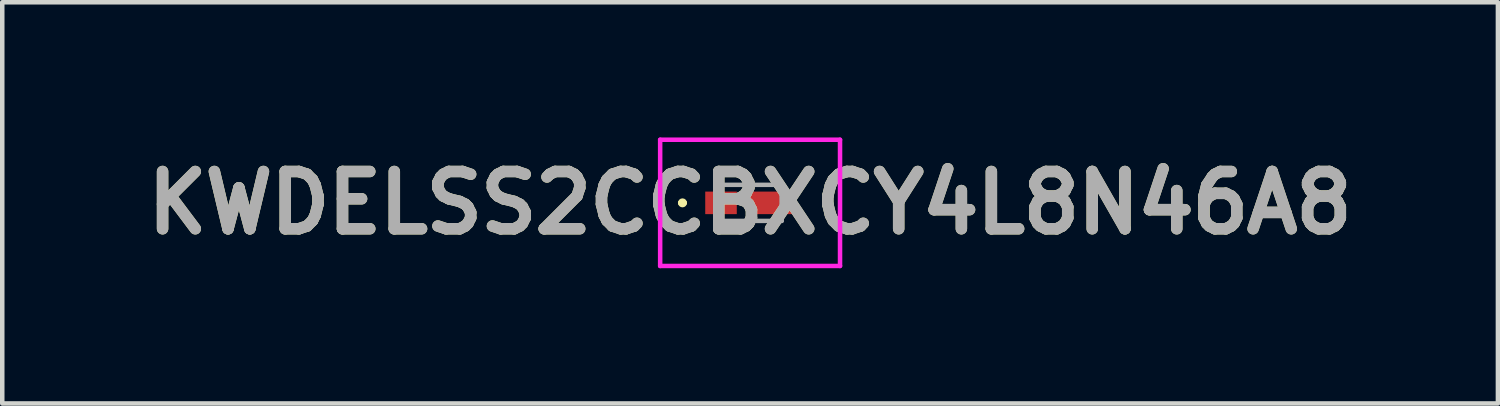
<source format=kicad_pcb>
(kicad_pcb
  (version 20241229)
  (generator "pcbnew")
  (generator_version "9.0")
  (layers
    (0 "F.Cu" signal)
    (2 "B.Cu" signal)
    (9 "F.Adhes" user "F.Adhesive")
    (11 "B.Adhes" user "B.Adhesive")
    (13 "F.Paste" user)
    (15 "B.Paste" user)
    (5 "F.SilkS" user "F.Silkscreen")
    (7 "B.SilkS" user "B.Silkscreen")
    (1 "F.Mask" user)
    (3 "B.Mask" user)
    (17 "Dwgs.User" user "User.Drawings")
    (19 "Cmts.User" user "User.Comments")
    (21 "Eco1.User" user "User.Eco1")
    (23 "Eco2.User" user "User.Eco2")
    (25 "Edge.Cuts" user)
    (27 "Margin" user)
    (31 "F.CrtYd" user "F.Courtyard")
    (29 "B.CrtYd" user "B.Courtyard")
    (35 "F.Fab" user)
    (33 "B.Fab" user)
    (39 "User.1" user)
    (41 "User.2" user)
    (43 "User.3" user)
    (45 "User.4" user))
  (footprint "KWDELSS2CCBXCY4L8N46A8"
    (layer "F.Cu")
    (at 13.589 1.45)
    (property "Reference" "KWDELSS2CCBXCY4L8N46A8" (at 0 0 0) (layer "F.SilkS") (effects (font (size 1.27 1.27) (thickness 0.254))))
    (attr smd)
    (fp_line (start -1.55 0) (end -1.55 0) (stroke (width 0.1) (type solid)) (layer "F.SilkS"))
    (fp_line (start -1.45 0) (end -1.45 0) (stroke (width 0.1) (type solid)) (layer "F.SilkS"))
    (fp_arc (start -1.55 0) (mid -1.5 -0.05) (end -1.45 0) (stroke (width 0.1) (type solid)) (layer "F.SilkS"))
    (fp_arc (start -1.45 0) (mid -1.5 0.05) (end -1.55 0) (stroke (width 0.1) (type solid)) (layer "F.SilkS"))
    (fp_line (start -1.995 -1.4) (end 1.995 -1.4) (stroke (width 0.1) (type solid)) (layer "F.CrtYd"))
    (fp_line (start -1.995 1.4) (end -1.995 -1.4) (stroke (width 0.1) (type solid)) (layer "F.CrtYd"))
    (fp_line (start 1.995 -1.4) (end 1.995 1.4) (stroke (width 0.1) (type solid)) (layer "F.CrtYd"))
    (fp_line (start 1.995 1.4) (end -1.995 1.4) (stroke (width 0.1) (type solid)) (layer "F.CrtYd"))
    (fp_line (start -0.7 -0.4) (end 0.7 -0.4) (stroke (width 0.1) (type solid)) (layer "F.Fab"))
    (fp_line (start -0.7 0.4) (end -0.7 -0.4) (stroke (width 0.1) (type solid)) (layer "F.Fab"))
    (fp_line (start 0.7 -0.4) (end 0.7 0.4) (stroke (width 0.1) (type solid)) (layer "F.Fab"))
    (fp_line (start 0.7 0.4) (end -0.7 0.4) (stroke (width 0.1) (type solid)) (layer "F.Fab"))
    (fp_text user "${REFERENCE}" (at 0 0 0) (layer "F.Fab") (effects (font (size 1.27 1.27) (thickness 0.254))))
    (pad "1" smd rect (at -0.645 0 90) (size 0.5 0.7) (layers "F.Cu" "F.Mask" "F.Paste"))
    (pad "2" smd rect (at 0.47 0 90) (size 0.5 1.05) (layers "F.Cu" "F.Mask" "F.Paste")))
  (gr_rect
    (start -3 -3)
    (end 30.178 5.9)
    (stroke (width 0.1) (type default))
    (fill no)
    (layer "Edge.Cuts")))
</source>
